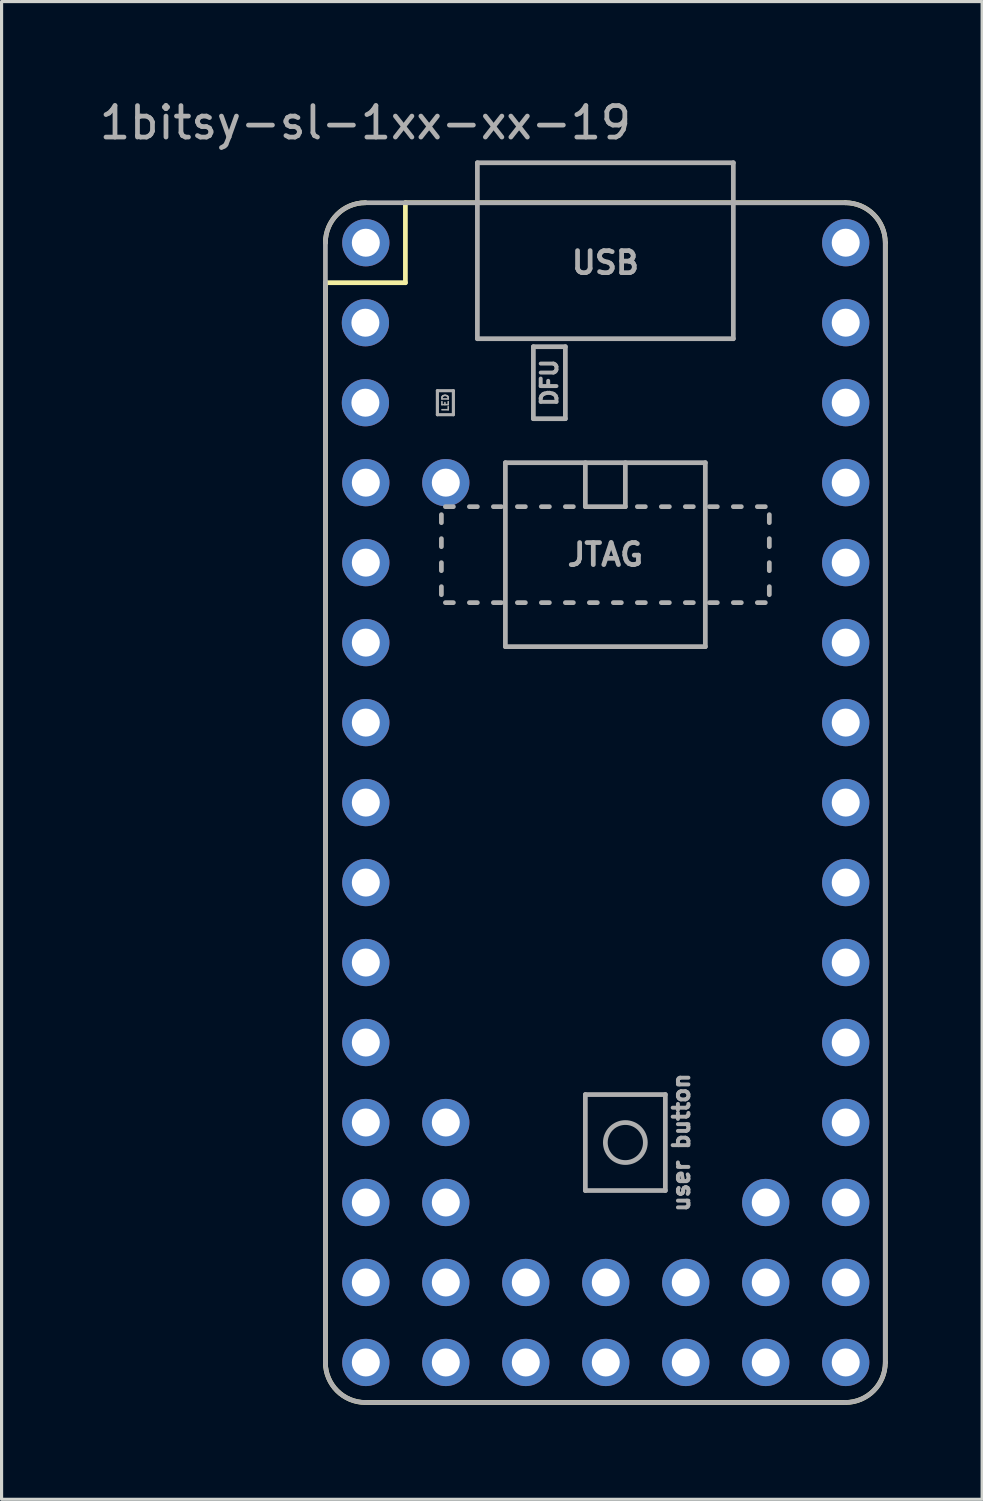
<source format=kicad_pcb>
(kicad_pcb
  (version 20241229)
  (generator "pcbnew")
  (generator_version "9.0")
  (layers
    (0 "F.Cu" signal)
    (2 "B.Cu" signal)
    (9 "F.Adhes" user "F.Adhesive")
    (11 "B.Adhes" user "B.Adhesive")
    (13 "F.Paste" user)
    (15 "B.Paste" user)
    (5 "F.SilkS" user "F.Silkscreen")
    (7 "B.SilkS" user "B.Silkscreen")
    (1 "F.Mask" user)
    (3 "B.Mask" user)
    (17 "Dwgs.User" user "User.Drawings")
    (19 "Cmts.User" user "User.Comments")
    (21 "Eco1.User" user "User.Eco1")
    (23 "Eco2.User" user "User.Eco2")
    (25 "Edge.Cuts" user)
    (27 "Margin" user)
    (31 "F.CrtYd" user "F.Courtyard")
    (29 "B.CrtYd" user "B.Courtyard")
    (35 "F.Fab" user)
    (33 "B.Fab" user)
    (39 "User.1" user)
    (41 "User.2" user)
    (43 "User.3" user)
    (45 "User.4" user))
  (footprint "1bitsy-sl-1xx-xx-19"
    (layer "F.Cu")
    (at 8.554 4.658)
    (property "Reference" "1bitsy-sl-1xx-xx-19" (at 0 -3.81 0) (layer "F.Fab") (effects (font (size 1 1) (thickness 0.15))))
    (attr through_hole)
    (fp_line (start -1.27 1.27) (end -1.27 35.56) (stroke (width 0.15) (type solid)) (layer "F.SilkS"))
    (fp_line (start 0 36.83) (end 15.24 36.83) (stroke (width 0.15) (type solid)) (layer "F.SilkS"))
    (fp_line (start 1.27 -1.27) (end 1.27 1.27) (stroke (width 0.15) (type solid)) (layer "F.SilkS"))
    (fp_line (start 1.27 -1.27) (end 15.24 -1.27) (stroke (width 0.15) (type solid)) (layer "F.SilkS"))
    (fp_line (start 1.27 1.27) (end -1.27 1.27) (stroke (width 0.15) (type solid)) (layer "F.SilkS"))
    (fp_line (start 16.51 35.56) (end 16.51 0) (stroke (width 0.15) (type solid)) (layer "F.SilkS"))
    (fp_arc (start -1.27 0) (mid -0.898026 -0.898026) (end 0 -1.27) (stroke (width 0.15) (type solid)) (layer "F.SilkS"))
    (fp_arc (start 0 36.83) (mid -0.898026 36.458026) (end -1.27 35.56) (stroke (width 0.15) (type solid)) (layer "F.SilkS"))
    (fp_arc (start 15.24 -1.27) (mid 16.138026 -0.898026) (end 16.51 0) (stroke (width 0.15) (type solid)) (layer "F.SilkS"))
    (fp_arc (start 16.51 35.56) (mid 16.138026 36.458026) (end 15.24 36.83) (stroke (width 0.15) (type solid)) (layer "F.SilkS"))
    (fp_line (start -1.27 35.56) (end -1.27 0) (stroke (width 0.15) (type solid)) (layer "F.Fab"))
    (fp_line (start 0 -1.27) (end 15.24 -1.27) (stroke (width 0.15) (type solid)) (layer "F.Fab"))
    (fp_line (start 2.286 4.699) (end 2.794 4.699) (stroke (width 0.1) (type solid)) (layer "F.Fab"))
    (fp_line (start 2.286 5.461) (end 2.286 4.699) (stroke (width 0.1) (type solid)) (layer "F.Fab"))
    (fp_line (start 2.413 8.89) (end 2.413 8.636) (stroke (width 0.15) (type solid)) (layer "F.Fab"))
    (fp_line (start 2.413 9.652) (end 2.413 9.398) (stroke (width 0.15) (type solid)) (layer "F.Fab"))
    (fp_line (start 2.413 10.414) (end 2.413 10.16) (stroke (width 0.15) (type solid)) (layer "F.Fab"))
    (fp_line (start 2.413 11.176) (end 2.413 10.922) (stroke (width 0.15) (type solid)) (layer "F.Fab"))
    (fp_line (start 2.794 4.699) (end 2.794 5.461) (stroke (width 0.1) (type solid)) (layer "F.Fab"))
    (fp_line (start 2.794 5.461) (end 2.286 5.461) (stroke (width 0.1) (type solid)) (layer "F.Fab"))
    (fp_line (start 2.794 8.382) (end 2.54 8.382) (stroke (width 0.15) (type solid)) (layer "F.Fab"))
    (fp_line (start 2.794 11.43) (end 2.54 11.43) (stroke (width 0.15) (type solid)) (layer "F.Fab"))
    (fp_line (start 3.556 -2.54) (end 11.684 -2.54) (stroke (width 0.15) (type solid)) (layer "F.Fab"))
    (fp_line (start 3.556 -1.27) (end 3.556 -2.54) (stroke (width 0.15) (type solid)) (layer "F.Fab"))
    (fp_line (start 3.556 -1.27) (end 3.556 3.048) (stroke (width 0.15) (type solid)) (layer "F.Fab"))
    (fp_line (start 3.556 3.048) (end 11.684 3.048) (stroke (width 0.15) (type solid)) (layer "F.Fab"))
    (fp_line (start 3.556 8.382) (end 3.302 8.382) (stroke (width 0.15) (type solid)) (layer "F.Fab"))
    (fp_line (start 3.556 11.43) (end 3.302 11.43) (stroke (width 0.15) (type solid)) (layer "F.Fab"))
    (fp_line (start 4.064 8.382) (end 4.318 8.382) (stroke (width 0.15) (type solid)) (layer "F.Fab"))
    (fp_line (start 4.318 11.43) (end 4.064 11.43) (stroke (width 0.15) (type solid)) (layer "F.Fab"))
    (fp_line (start 4.445 6.985) (end 10.795 6.985) (stroke (width 0.15) (type solid)) (layer "F.Fab"))
    (fp_line (start 4.445 12.827) (end 4.445 6.985) (stroke (width 0.15) (type solid)) (layer "F.Fab"))
    (fp_line (start 4.826 8.382) (end 5.08 8.382) (stroke (width 0.15) (type solid)) (layer "F.Fab"))
    (fp_line (start 4.826 11.43) (end 5.08 11.43) (stroke (width 0.15) (type solid)) (layer "F.Fab"))
    (fp_line (start 5.334 3.302) (end 6.35 3.302) (stroke (width 0.15) (type solid)) (layer "F.Fab"))
    (fp_line (start 5.334 5.588) (end 5.334 3.302) (stroke (width 0.15) (type solid)) (layer "F.Fab"))
    (fp_line (start 5.588 8.382) (end 5.842 8.382) (stroke (width 0.15) (type solid)) (layer "F.Fab"))
    (fp_line (start 5.588 11.43) (end 5.842 11.43) (stroke (width 0.15) (type solid)) (layer "F.Fab"))
    (fp_line (start 6.35 3.302) (end 6.35 5.588) (stroke (width 0.15) (type solid)) (layer "F.Fab"))
    (fp_line (start 6.35 5.588) (end 5.334 5.588) (stroke (width 0.15) (type solid)) (layer "F.Fab"))
    (fp_line (start 6.35 8.382) (end 6.604 8.382) (stroke (width 0.15) (type solid)) (layer "F.Fab"))
    (fp_line (start 6.35 11.43) (end 6.604 11.43) (stroke (width 0.15) (type solid)) (layer "F.Fab"))
    (fp_line (start 6.985 6.985) (end 6.985 8.382) (stroke (width 0.15) (type solid)) (layer "F.Fab"))
    (fp_line (start 6.985 8.382) (end 8.255 8.382) (stroke (width 0.15) (type solid)) (layer "F.Fab"))
    (fp_line (start 6.985 27.051) (end 9.525 27.051) (stroke (width 0.15) (type solid)) (layer "F.Fab"))
    (fp_line (start 6.985 30.099) (end 6.985 27.051) (stroke (width 0.15) (type solid)) (layer "F.Fab"))
    (fp_line (start 7.112 11.43) (end 7.366 11.43) (stroke (width 0.15) (type solid)) (layer "F.Fab"))
    (fp_line (start 7.874 11.43) (end 8.128 11.43) (stroke (width 0.15) (type solid)) (layer "F.Fab"))
    (fp_line (start 8.255 8.382) (end 8.255 6.985) (stroke (width 0.15) (type solid)) (layer "F.Fab"))
    (fp_line (start 8.636 8.382) (end 8.89 8.382) (stroke (width 0.15) (type solid)) (layer "F.Fab"))
    (fp_line (start 8.636 11.43) (end 8.89 11.43) (stroke (width 0.15) (type solid)) (layer "F.Fab"))
    (fp_line (start 9.398 8.382) (end 9.652 8.382) (stroke (width 0.15) (type solid)) (layer "F.Fab"))
    (fp_line (start 9.398 11.43) (end 9.652 11.43) (stroke (width 0.15) (type solid)) (layer "F.Fab"))
    (fp_line (start 9.525 27.051) (end 9.525 30.099) (stroke (width 0.15) (type solid)) (layer "F.Fab"))
    (fp_line (start 9.525 30.099) (end 6.985 30.099) (stroke (width 0.15) (type solid)) (layer "F.Fab"))
    (fp_line (start 10.16 8.382) (end 10.414 8.382) (stroke (width 0.15) (type solid)) (layer "F.Fab"))
    (fp_line (start 10.16 11.43) (end 10.414 11.43) (stroke (width 0.15) (type solid)) (layer "F.Fab"))
    (fp_line (start 10.795 6.985) (end 10.795 12.827) (stroke (width 0.15) (type solid)) (layer "F.Fab"))
    (fp_line (start 10.795 12.827) (end 4.445 12.827) (stroke (width 0.15) (type solid)) (layer "F.Fab"))
    (fp_line (start 10.922 11.43) (end 11.176 11.43) (stroke (width 0.15) (type solid)) (layer "F.Fab"))
    (fp_line (start 11.176 8.382) (end 10.922 8.382) (stroke (width 0.15) (type solid)) (layer "F.Fab"))
    (fp_line (start 11.684 -2.54) (end 11.684 -1.27) (stroke (width 0.15) (type solid)) (layer "F.Fab"))
    (fp_line (start 11.684 3.048) (end 11.684 -1.27) (stroke (width 0.15) (type solid)) (layer "F.Fab"))
    (fp_line (start 11.684 8.382) (end 11.938 8.382) (stroke (width 0.15) (type solid)) (layer "F.Fab"))
    (fp_line (start 11.684 11.43) (end 11.938 11.43) (stroke (width 0.15) (type solid)) (layer "F.Fab"))
    (fp_line (start 12.446 8.382) (end 12.7 8.382) (stroke (width 0.15) (type solid)) (layer "F.Fab"))
    (fp_line (start 12.446 11.43) (end 12.7 11.43) (stroke (width 0.15) (type solid)) (layer "F.Fab"))
    (fp_line (start 12.827 8.89) (end 12.827 8.636) (stroke (width 0.15) (type solid)) (layer "F.Fab"))
    (fp_line (start 12.827 9.652) (end 12.827 9.398) (stroke (width 0.15) (type solid)) (layer "F.Fab"))
    (fp_line (start 12.827 10.414) (end 12.827 10.16) (stroke (width 0.15) (type solid)) (layer "F.Fab"))
    (fp_line (start 12.827 11.176) (end 12.827 10.922) (stroke (width 0.15) (type solid)) (layer "F.Fab"))
    (fp_line (start 15.24 36.83) (end 0 36.83) (stroke (width 0.15) (type solid)) (layer "F.Fab"))
    (fp_line (start 16.51 0) (end 16.51 35.56) (stroke (width 0.15) (type solid)) (layer "F.Fab"))
    (fp_arc (start -1.27 0) (mid -0.898026 -0.898026) (end 0 -1.27) (stroke (width 0.15) (type solid)) (layer "F.Fab"))
    (fp_arc (start 0 36.83) (mid -0.898026 36.458026) (end -1.27 35.56) (stroke (width 0.15) (type solid)) (layer "F.Fab"))
    (fp_arc (start 15.24 -1.27) (mid 16.138026 -0.898026) (end 16.51 0) (stroke (width 0.15) (type solid)) (layer "F.Fab"))
    (fp_arc (start 16.51 35.56) (mid 16.138026 36.458026) (end 15.24 36.83) (stroke (width 0.15) (type solid)) (layer "F.Fab"))
    (fp_circle (center 8.255 28.575) (end 8.89 28.575) (stroke (width 0.15) (type solid)) (fill no) (layer "F.Fab"))
    (fp_text user "JTAG" (at 7.62 9.906 0) (layer "F.Fab") (effects (font (size 0.7 0.7) (thickness 0.15))))
    (fp_text user "USB" (at 7.62 0.635 0) (layer "F.Fab") (effects (font (size 0.7 0.7) (thickness 0.15))))
    (fp_text user "user button" (at 10.033 28.575 90) (layer "F.Fab") (effects (font (size 0.5 0.5) (thickness 0.125))))
    (fp_text user "DFU" (at 5.842 4.445 90) (layer "F.Fab") (effects (font (size 0.5 0.5) (thickness 0.125))))
    (fp_text user "LED" (at 2.54 5.08 90) (layer "F.Fab") (effects (font (size 0.2 0.2) (thickness 0.05))))
    (pad "1" thru_hole circle (at 0.013 0 270) (size 1.5 1.5) (drill 0.889) (layers "*.Cu" "*.Mask"))
    (pad "2" thru_hole circle (at 0 2.54 270) (size 1.5 1.5) (drill 0.889) (layers "*.Cu" "*.Mask"))
    (pad "3" thru_hole circle (at 0 5.08 270) (size 1.5 1.5) (drill 0.889) (layers "*.Cu" "*.Mask"))
    (pad "4" thru_hole circle (at 0.013 7.619 270) (size 1.5 1.5) (drill 0.889) (layers "*.Cu" "*.Mask"))
    (pad "5" thru_hole circle (at 0.013 10.159 270) (size 1.5 1.5) (drill 0.889) (layers "*.Cu" "*.Mask"))
    (pad "6" thru_hole circle (at 0.013 12.699 270) (size 1.5 1.5) (drill 0.889) (layers "*.Cu" "*.Mask"))
    (pad "7" thru_hole circle (at 0.013 15.239 270) (size 1.5 1.5) (drill 0.889) (layers "*.Cu" "*.Mask"))
    (pad "8" thru_hole circle (at 0.013 17.779 270) (size 1.5 1.5) (drill 0.889) (layers "*.Cu" "*.Mask"))
    (pad "9" thru_hole circle (at 0.013 20.319 270) (size 1.5 1.5) (drill 0.889) (layers "*.Cu" "*.Mask"))
    (pad "10" thru_hole circle (at 0.013 22.859 270) (size 1.5 1.5) (drill 0.889) (layers "*.Cu" "*.Mask"))
    (pad "11" thru_hole circle (at 0.013 25.399 270) (size 1.5 1.5) (drill 0.889) (layers "*.Cu" "*.Mask"))
    (pad "12" thru_hole circle (at 0.013 27.939 270) (size 1.5 1.5) (drill 0.889) (layers "*.Cu" "*.Mask"))
    (pad "13" thru_hole circle (at 0.013 30.479 270) (size 1.5 1.5) (drill 0.889) (layers "*.Cu" "*.Mask"))
    (pad "14" thru_hole circle (at 0.013 33.019 270) (size 1.5 1.5) (drill 0.889) (layers "*.Cu" "*.Mask"))
    (pad "15" thru_hole circle (at 0.013 35.559 270) (size 1.5 1.5) (drill 0.889) (layers "*.Cu" "*.Mask"))
    (pad "16" thru_hole circle (at 15.253 35.559 270) (size 1.5 1.5) (drill 0.889) (layers "*.Cu" "*.Mask"))
    (pad "17" thru_hole circle (at 15.253 33.019 270) (size 1.5 1.5) (drill 0.889) (layers "*.Cu" "*.Mask"))
    (pad "18" thru_hole circle (at 15.253 30.479 270) (size 1.5 1.5) (drill 0.889) (layers "*.Cu" "*.Mask"))
    (pad "19" thru_hole circle (at 15.253 27.939 270) (size 1.5 1.5) (drill 0.889) (layers "*.Cu" "*.Mask"))
    (pad "20" thru_hole circle (at 15.253 25.399 270) (size 1.5 1.5) (drill 0.889) (layers "*.Cu" "*.Mask"))
    (pad "21" thru_hole circle (at 15.253 22.859 270) (size 1.5 1.5) (drill 0.889) (layers "*.Cu" "*.Mask"))
    (pad "22" thru_hole circle (at 15.253 20.319 270) (size 1.5 1.5) (drill 0.889) (layers "*.Cu" "*.Mask"))
    (pad "23" thru_hole circle (at 15.253 17.779 270) (size 1.5 1.5) (drill 0.889) (layers "*.Cu" "*.Mask"))
    (pad "24" thru_hole circle (at 15.253 15.239 270) (size 1.5 1.5) (drill 0.889) (layers "*.Cu" "*.Mask"))
    (pad "25" thru_hole circle (at 15.253 12.699 270) (size 1.5 1.5) (drill 0.889) (layers "*.Cu" "*.Mask"))
    (pad "26" thru_hole circle (at 15.253 10.159 270) (size 1.5 1.5) (drill 0.889) (layers "*.Cu" "*.Mask"))
    (pad "27" thru_hole circle (at 15.253 7.619 270) (size 1.5 1.5) (drill 0.889) (layers "*.Cu" "*.Mask"))
    (pad "28" thru_hole circle (at 15.253 5.079 270) (size 1.5 1.5) (drill 0.889) (layers "*.Cu" "*.Mask"))
    (pad "29" thru_hole circle (at 15.253 2.539 270) (size 1.5 1.5) (drill 0.889) (layers "*.Cu" "*.Mask"))
    (pad "30" thru_hole circle (at 15.253 -0.001 270) (size 1.5 1.5) (drill 0.889) (layers "*.Cu" "*.Mask"))
    (pad "31" thru_hole circle (at 2.553 33.019 270) (size 1.5 1.5) (drill 0.889) (layers "*.Cu" "*.Mask"))
    (pad "32" thru_hole circle (at 2.553 35.559 270) (size 1.5 1.5) (drill 0.889) (layers "*.Cu" "*.Mask"))
    (pad "33" thru_hole circle (at 5.093 33.019 270) (size 1.5 1.5) (drill 0.889) (layers "*.Cu" "*.Mask"))
    (pad "34" thru_hole circle (at 5.093 35.559 270) (size 1.5 1.5) (drill 0.889) (layers "*.Cu" "*.Mask"))
    (pad "35" thru_hole circle (at 7.633 33.019 270) (size 1.5 1.5) (drill 0.889) (layers "*.Cu" "*.Mask"))
    (pad "36" thru_hole circle (at 7.633 35.559 270) (size 1.5 1.5) (drill 0.889) (layers "*.Cu" "*.Mask"))
    (pad "37" thru_hole circle (at 10.173 33.019 270) (size 1.5 1.5) (drill 0.889) (layers "*.Cu" "*.Mask"))
    (pad "38" thru_hole circle (at 10.173 35.559 270) (size 1.5 1.5) (drill 0.889) (layers "*.Cu" "*.Mask"))
    (pad "39" thru_hole circle (at 12.713 33.019 270) (size 1.5 1.5) (drill 0.889) (layers "*.Cu" "*.Mask"))
    (pad "40" thru_hole circle (at 12.713 35.559 270) (size 1.5 1.5) (drill 0.889) (layers "*.Cu" "*.Mask"))
    (pad "41" thru_hole circle (at 2.553 7.619 270) (size 1.5 1.5) (drill 0.889) (layers "*.Cu" "*.Mask"))
    (pad "42" thru_hole circle (at 2.553 27.939 270) (size 1.5 1.5) (drill 0.889) (layers "*.Cu" "*.Mask"))
    (pad "43" thru_hole circle (at 2.553 30.479 270) (size 1.5 1.5) (drill 0.889) (layers "*.Cu" "*.Mask"))
    (pad "44" thru_hole circle (at 12.713 30.479 270) (size 1.5 1.5) (drill 0.889) (layers "*.Cu" "*.Mask")))
  (gr_rect
    (start -3 -3)
    (end 28.139 44.563)
    (stroke (width 0.1) (type default))
    (fill no)
    (layer "Edge.Cuts")))
</source>
